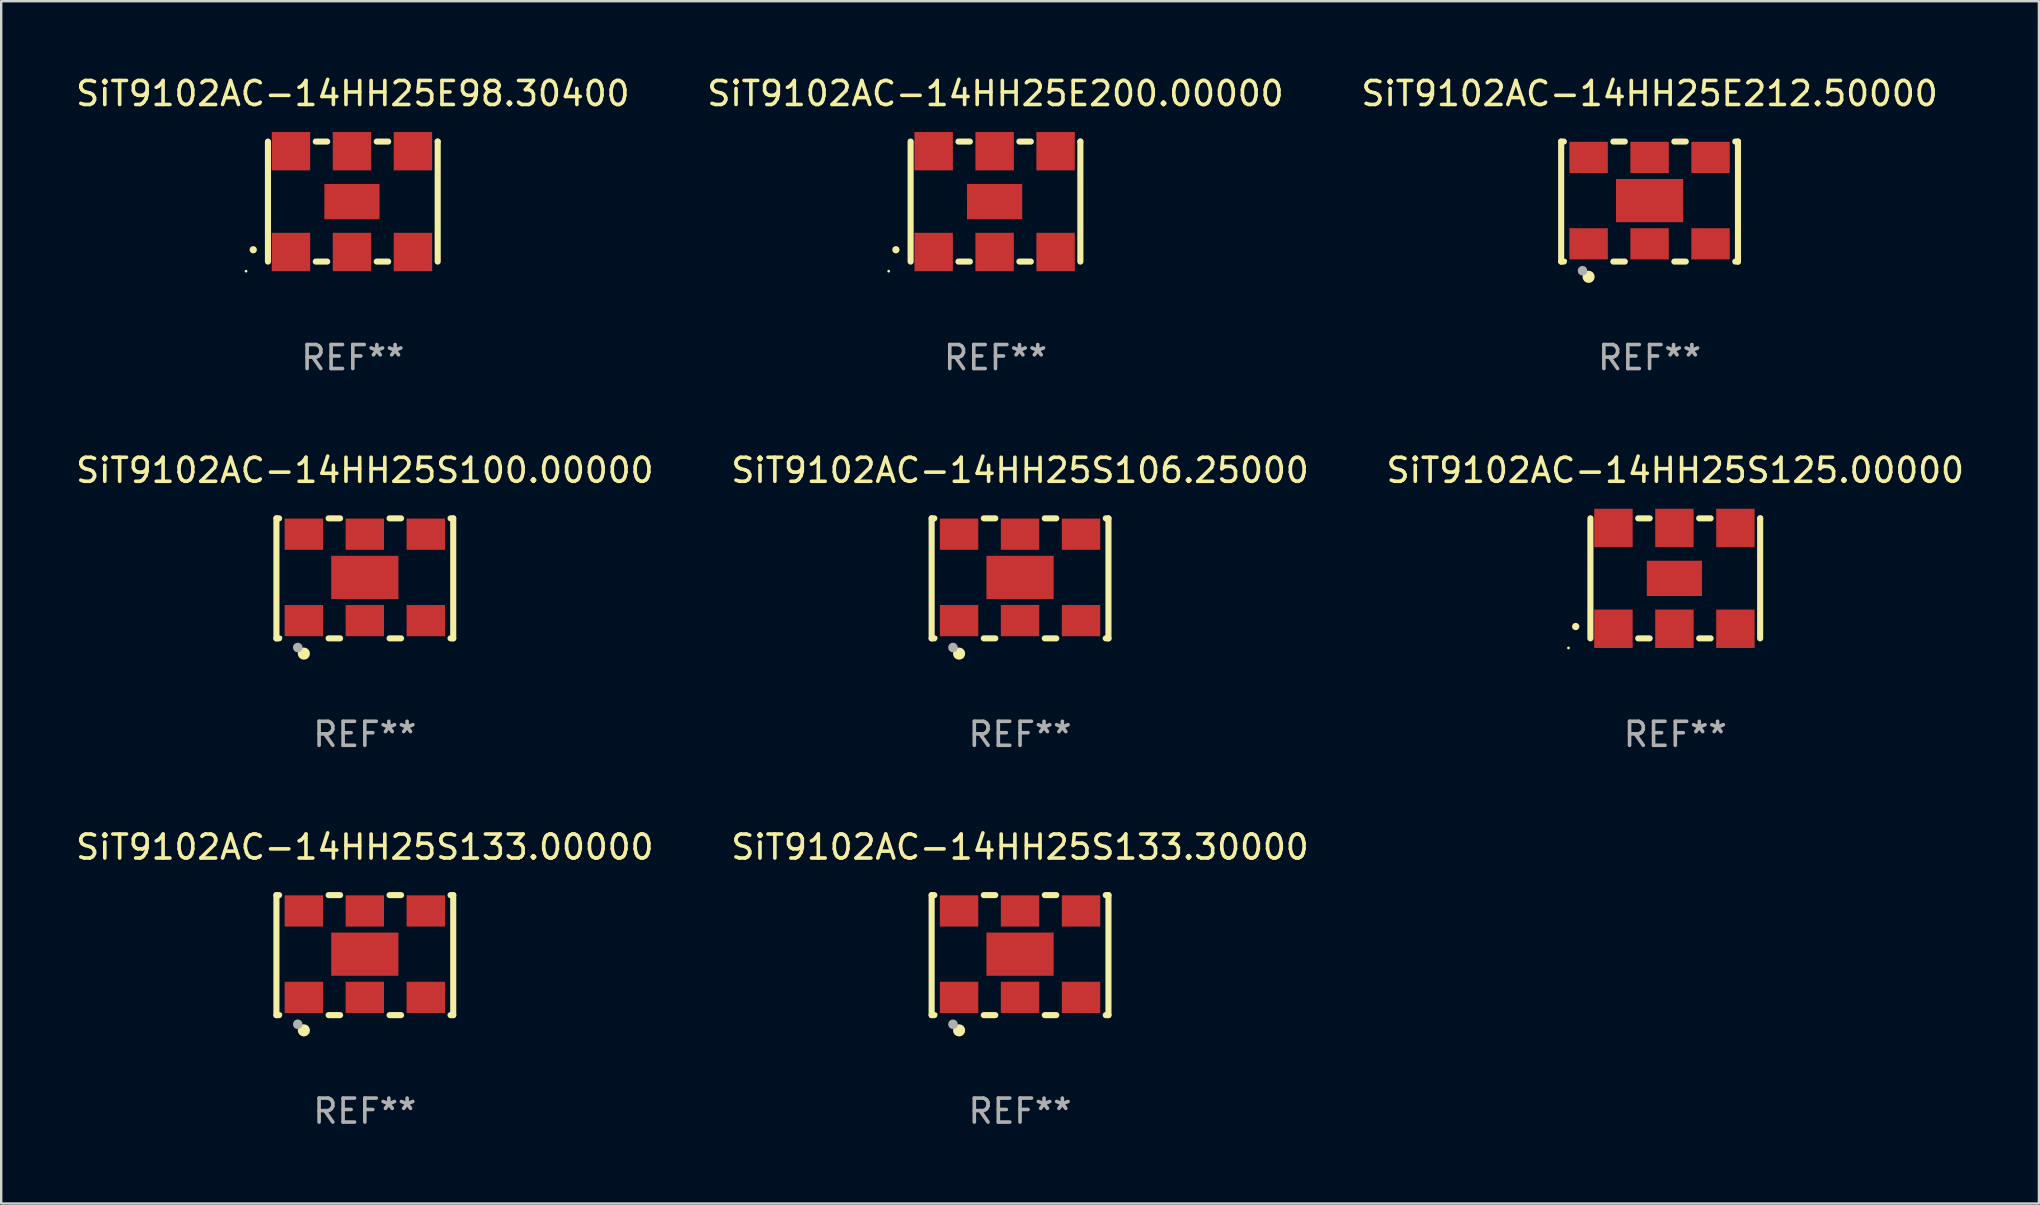
<source format=kicad_pcb>
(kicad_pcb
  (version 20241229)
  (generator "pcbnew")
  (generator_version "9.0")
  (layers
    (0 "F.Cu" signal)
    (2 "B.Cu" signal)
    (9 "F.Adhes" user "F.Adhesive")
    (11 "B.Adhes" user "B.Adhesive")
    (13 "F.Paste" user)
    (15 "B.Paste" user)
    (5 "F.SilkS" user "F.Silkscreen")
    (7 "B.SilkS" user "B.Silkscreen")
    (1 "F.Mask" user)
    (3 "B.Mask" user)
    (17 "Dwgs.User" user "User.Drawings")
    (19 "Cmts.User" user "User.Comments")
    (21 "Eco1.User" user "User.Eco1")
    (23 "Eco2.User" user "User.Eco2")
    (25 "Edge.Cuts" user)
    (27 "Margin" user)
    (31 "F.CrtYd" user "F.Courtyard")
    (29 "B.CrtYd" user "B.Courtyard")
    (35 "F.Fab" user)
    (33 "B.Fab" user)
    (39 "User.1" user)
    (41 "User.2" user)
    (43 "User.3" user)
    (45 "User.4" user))
  (footprint "SiT9102AC-14HH25E200.00000"
    (layer "F.Cu")
    (at 38.423 5.348)
    (property "Reference" "SiT9102AC-14HH25E200.00000" (at 0 -4.5 0) (layer "F.SilkS") (effects (font (size 1 1) (thickness 0.15))))
    (attr through_hole)
    (fp_line (start -3.536 -2.5) (end -3.536 2.5) (stroke (width 0.254) (type solid)) (layer "F.SilkS"))
    (fp_line (start -1.544 2.5) (end -1.067 2.5) (stroke (width 0.254) (type solid)) (layer "F.SilkS"))
    (fp_line (start -1.067 -2.5) (end -1.544 -2.5) (stroke (width 0.254) (type solid)) (layer "F.SilkS"))
    (fp_line (start 0.996 2.5) (end 1.473 2.5) (stroke (width 0.254) (type solid)) (layer "F.SilkS"))
    (fp_line (start 1.473 -2.5) (end 0.996 -2.5) (stroke (width 0.254) (type solid)) (layer "F.SilkS"))
    (fp_line (start 3.536 -2.5) (end 3.536 -2.5) (stroke (width 0.254) (type solid)) (layer "F.SilkS"))
    (fp_line (start 3.536 2.5) (end 3.536 -2.5) (stroke (width 0.254) (type solid)) (layer "F.SilkS"))
    (fp_arc (start -4.150432 2.006604) (mid -4.149162 2.006599) (end -4.147892 2.006604) (stroke (width 0.3) (type solid)) (layer "F.SilkS"))
    (fp_circle (center -4.449 2.9) (end -4.419 2.9) (stroke (width 0.06) (type solid)) (fill no) (layer "F.SilkS"))
    (fp_text user "REF**" (at 0 6.5 0) (layer "F.Fab") (effects (font (size 1 1) (thickness 0.15))))
    (pad "1" smd rect (at -2.576 2.1) (size 1.6 1.6) (layers "F.Cu" "F.Mask" "F.Paste"))
    (pad "2" smd rect (at -0.036 2.1) (size 1.6 1.6) (layers "F.Cu" "F.Mask" "F.Paste"))
    (pad "3" smd rect (at 2.504 2.1) (size 1.6 1.6) (layers "F.Cu" "F.Mask" "F.Paste"))
    (pad "4" smd rect (at 2.504 -2.1) (size 1.6 1.6) (layers "F.Cu" "F.Mask" "F.Paste"))
    (pad "5" smd rect (at -0.036 -2.1) (size 1.6 1.6) (layers "F.Cu" "F.Mask" "F.Paste"))
    (pad "6" smd rect (at -2.576 -2.1) (size 1.6 1.6) (layers "F.Cu" "F.Mask" "F.Paste"))
    (pad "7" smd rect (at -0.036 0) (size 2.3 1.47) (layers "F.Cu" "F.Mask" "F.Paste")))
  (footprint "SiT9102AC-14HH25S106.25000"
    (layer "F.Cu")
    (at 39.446 21.045)
    (property "Reference" "SiT9102AC-14HH25S106.25000" (at 0 -4.5 0) (layer "F.SilkS") (effects (font (size 1 1) (thickness 0.15))))
    (attr through_hole)
    (fp_line (start -3.683 -2.5) (end -3.571 -2.5) (stroke (width 0.254) (type solid)) (layer "F.SilkS"))
    (fp_line (start -3.683 2.5) (end -3.683 -2.5) (stroke (width 0.254) (type solid)) (layer "F.SilkS"))
    (fp_line (start -3.683 2.5) (end -3.571 2.5) (stroke (width 0.254) (type solid)) (layer "F.SilkS"))
    (fp_line (start -1.509 -2.5) (end -1.031 -2.5) (stroke (width 0.254) (type solid)) (layer "F.SilkS"))
    (fp_line (start -1.509 2.5) (end -1.031 2.5) (stroke (width 0.254) (type solid)) (layer "F.SilkS"))
    (fp_line (start 1.031 -2.5) (end 1.509 -2.5) (stroke (width 0.254) (type solid)) (layer "F.SilkS"))
    (fp_line (start 1.031 2.5) (end 1.509 2.5) (stroke (width 0.254) (type solid)) (layer "F.SilkS"))
    (fp_line (start 3.571 -2.5) (end 3.683 -2.5) (stroke (width 0.254) (type solid)) (layer "F.SilkS"))
    (fp_line (start 3.571 2.5) (end 3.683 2.5) (stroke (width 0.254) (type solid)) (layer "F.SilkS"))
    (fp_line (start 3.683 2.5) (end 3.683 -2.5) (stroke (width 0.254) (type solid)) (layer "F.SilkS"))
    (fp_circle (center -3.5 2.46) (end -3.47 2.46) (stroke (width 0.06) (type solid)) (fill no) (layer "F.SilkS"))
    (fp_circle (center -2.54 3.135) (end -2.413 3.135) (stroke (width 0.254) (type solid)) (fill no) (layer "F.SilkS"))
    (fp_circle (center -2.794 2.881) (end -2.694 2.881) (stroke (width 0.2) (type solid)) (fill no) (layer "F.Fab"))
    (fp_text user "REF**" (at 0 6.5 0) (layer "F.Fab") (effects (font (size 1 1) (thickness 0.15))))
    (pad "1" smd rect (at -2.54 1.76) (size 1.6 1.3) (layers "F.Cu" "F.Mask" "F.Paste"))
    (pad "2" smd rect (at 0 1.76) (size 1.6 1.3) (layers "F.Cu" "F.Mask" "F.Paste"))
    (pad "3" smd rect (at 2.54 1.76) (size 1.6 1.3) (layers "F.Cu" "F.Mask" "F.Paste"))
    (pad "4" smd rect (at 2.54 -1.84) (size 1.6 1.3) (layers "F.Cu" "F.Mask" "F.Paste"))
    (pad "5" smd rect (at 0 -1.84) (size 1.6 1.3) (layers "F.Cu" "F.Mask" "F.Paste"))
    (pad "6" smd rect (at -2.54 -1.84) (size 1.6 1.3) (layers "F.Cu" "F.Mask" "F.Paste"))
    (pad "7" smd rect (at 0 -0.04) (size 2.8 1.8) (layers "F.Cu" "F.Mask" "F.Paste")))
  (footprint "SiT9102AC-14HH25E98.30400"
    (layer "F.Cu")
    (at 11.649 5.348)
    (property "Reference" "SiT9102AC-14HH25E98.30400" (at 0 -4.5 0) (layer "F.SilkS") (effects (font (size 1 1) (thickness 0.15))))
    (attr through_hole)
    (fp_line (start -3.536 -2.5) (end -3.536 2.5) (stroke (width 0.254) (type solid)) (layer "F.SilkS"))
    (fp_line (start -1.544 2.5) (end -1.067 2.5) (stroke (width 0.254) (type solid)) (layer "F.SilkS"))
    (fp_line (start -1.067 -2.5) (end -1.544 -2.5) (stroke (width 0.254) (type solid)) (layer "F.SilkS"))
    (fp_line (start 0.996 2.5) (end 1.473 2.5) (stroke (width 0.254) (type solid)) (layer "F.SilkS"))
    (fp_line (start 1.473 -2.5) (end 0.996 -2.5) (stroke (width 0.254) (type solid)) (layer "F.SilkS"))
    (fp_line (start 3.536 -2.5) (end 3.536 -2.5) (stroke (width 0.254) (type solid)) (layer "F.SilkS"))
    (fp_line (start 3.536 2.5) (end 3.536 -2.5) (stroke (width 0.254) (type solid)) (layer "F.SilkS"))
    (fp_arc (start -4.150432 2.006604) (mid -4.149162 2.006599) (end -4.147892 2.006604) (stroke (width 0.3) (type solid)) (layer "F.SilkS"))
    (fp_circle (center -4.449 2.9) (end -4.419 2.9) (stroke (width 0.06) (type solid)) (fill no) (layer "F.SilkS"))
    (fp_text user "REF**" (at 0 6.5 0) (layer "F.Fab") (effects (font (size 1 1) (thickness 0.15))))
    (pad "1" smd rect (at -2.576 2.1) (size 1.6 1.6) (layers "F.Cu" "F.Mask" "F.Paste"))
    (pad "2" smd rect (at -0.036 2.1) (size 1.6 1.6) (layers "F.Cu" "F.Mask" "F.Paste"))
    (pad "3" smd rect (at 2.504 2.1) (size 1.6 1.6) (layers "F.Cu" "F.Mask" "F.Paste"))
    (pad "4" smd rect (at 2.504 -2.1) (size 1.6 1.6) (layers "F.Cu" "F.Mask" "F.Paste"))
    (pad "5" smd rect (at -0.036 -2.1) (size 1.6 1.6) (layers "F.Cu" "F.Mask" "F.Paste"))
    (pad "6" smd rect (at -2.576 -2.1) (size 1.6 1.6) (layers "F.Cu" "F.Mask" "F.Paste"))
    (pad "7" smd rect (at -0.036 0) (size 2.3 1.47) (layers "F.Cu" "F.Mask" "F.Paste")))
  (footprint "SiT9102AC-14HH25E212.50000"
    (layer "F.Cu")
    (at 65.673 5.348)
    (property "Reference" "SiT9102AC-14HH25E212.50000" (at 0 -4.5 0) (layer "F.SilkS") (effects (font (size 1 1) (thickness 0.15))))
    (attr through_hole)
    (fp_line (start -3.683 -2.5) (end -3.571 -2.5) (stroke (width 0.254) (type solid)) (layer "F.SilkS"))
    (fp_line (start -3.683 2.5) (end -3.683 -2.5) (stroke (width 0.254) (type solid)) (layer "F.SilkS"))
    (fp_line (start -3.683 2.5) (end -3.571 2.5) (stroke (width 0.254) (type solid)) (layer "F.SilkS"))
    (fp_line (start -1.509 -2.5) (end -1.031 -2.5) (stroke (width 0.254) (type solid)) (layer "F.SilkS"))
    (fp_line (start -1.509 2.5) (end -1.031 2.5) (stroke (width 0.254) (type solid)) (layer "F.SilkS"))
    (fp_line (start 1.031 -2.5) (end 1.509 -2.5) (stroke (width 0.254) (type solid)) (layer "F.SilkS"))
    (fp_line (start 1.031 2.5) (end 1.509 2.5) (stroke (width 0.254) (type solid)) (layer "F.SilkS"))
    (fp_line (start 3.571 -2.5) (end 3.683 -2.5) (stroke (width 0.254) (type solid)) (layer "F.SilkS"))
    (fp_line (start 3.571 2.5) (end 3.683 2.5) (stroke (width 0.254) (type solid)) (layer "F.SilkS"))
    (fp_line (start 3.683 2.5) (end 3.683 -2.5) (stroke (width 0.254) (type solid)) (layer "F.SilkS"))
    (fp_circle (center -3.5 2.46) (end -3.47 2.46) (stroke (width 0.06) (type solid)) (fill no) (layer "F.SilkS"))
    (fp_circle (center -2.54 3.135) (end -2.413 3.135) (stroke (width 0.254) (type solid)) (fill no) (layer "F.SilkS"))
    (fp_circle (center -2.794 2.881) (end -2.694 2.881) (stroke (width 0.2) (type solid)) (fill no) (layer "F.Fab"))
    (fp_text user "REF**" (at 0 6.5 0) (layer "F.Fab") (effects (font (size 1 1) (thickness 0.15))))
    (pad "1" smd rect (at -2.54 1.76) (size 1.6 1.3) (layers "F.Cu" "F.Mask" "F.Paste"))
    (pad "2" smd rect (at 0 1.76) (size 1.6 1.3) (layers "F.Cu" "F.Mask" "F.Paste"))
    (pad "3" smd rect (at 2.54 1.76) (size 1.6 1.3) (layers "F.Cu" "F.Mask" "F.Paste"))
    (pad "4" smd rect (at 2.54 -1.84) (size 1.6 1.3) (layers "F.Cu" "F.Mask" "F.Paste"))
    (pad "5" smd rect (at 0 -1.84) (size 1.6 1.3) (layers "F.Cu" "F.Mask" "F.Paste"))
    (pad "6" smd rect (at -2.54 -1.84) (size 1.6 1.3) (layers "F.Cu" "F.Mask" "F.Paste"))
    (pad "7" smd rect (at 0 -0.04) (size 2.8 1.8) (layers "F.Cu" "F.Mask" "F.Paste")))
  (footprint "SiT9102AC-14HH25S133.00000"
    (layer "F.Cu")
    (at 12.149 36.741)
    (property "Reference" "SiT9102AC-14HH25S133.00000" (at 0 -4.5 0) (layer "F.SilkS") (effects (font (size 1 1) (thickness 0.15))))
    (attr through_hole)
    (fp_line (start -3.683 -2.5) (end -3.571 -2.5) (stroke (width 0.254) (type solid)) (layer "F.SilkS"))
    (fp_line (start -3.683 2.5) (end -3.683 -2.5) (stroke (width 0.254) (type solid)) (layer "F.SilkS"))
    (fp_line (start -3.683 2.5) (end -3.571 2.5) (stroke (width 0.254) (type solid)) (layer "F.SilkS"))
    (fp_line (start -1.509 -2.5) (end -1.031 -2.5) (stroke (width 0.254) (type solid)) (layer "F.SilkS"))
    (fp_line (start -1.509 2.5) (end -1.031 2.5) (stroke (width 0.254) (type solid)) (layer "F.SilkS"))
    (fp_line (start 1.031 -2.5) (end 1.509 -2.5) (stroke (width 0.254) (type solid)) (layer "F.SilkS"))
    (fp_line (start 1.031 2.5) (end 1.509 2.5) (stroke (width 0.254) (type solid)) (layer "F.SilkS"))
    (fp_line (start 3.571 -2.5) (end 3.683 -2.5) (stroke (width 0.254) (type solid)) (layer "F.SilkS"))
    (fp_line (start 3.571 2.5) (end 3.683 2.5) (stroke (width 0.254) (type solid)) (layer "F.SilkS"))
    (fp_line (start 3.683 2.5) (end 3.683 -2.5) (stroke (width 0.254) (type solid)) (layer "F.SilkS"))
    (fp_circle (center -3.5 2.46) (end -3.47 2.46) (stroke (width 0.06) (type solid)) (fill no) (layer "F.SilkS"))
    (fp_circle (center -2.54 3.135) (end -2.413 3.135) (stroke (width 0.254) (type solid)) (fill no) (layer "F.SilkS"))
    (fp_circle (center -2.794 2.881) (end -2.694 2.881) (stroke (width 0.2) (type solid)) (fill no) (layer "F.Fab"))
    (fp_text user "REF**" (at 0 6.5 0) (layer "F.Fab") (effects (font (size 1 1) (thickness 0.15))))
    (pad "1" smd rect (at -2.54 1.76) (size 1.6 1.3) (layers "F.Cu" "F.Mask" "F.Paste"))
    (pad "2" smd rect (at 0 1.76) (size 1.6 1.3) (layers "F.Cu" "F.Mask" "F.Paste"))
    (pad "3" smd rect (at 2.54 1.76) (size 1.6 1.3) (layers "F.Cu" "F.Mask" "F.Paste"))
    (pad "4" smd rect (at 2.54 -1.84) (size 1.6 1.3) (layers "F.Cu" "F.Mask" "F.Paste"))
    (pad "5" smd rect (at 0 -1.84) (size 1.6 1.3) (layers "F.Cu" "F.Mask" "F.Paste"))
    (pad "6" smd rect (at -2.54 -1.84) (size 1.6 1.3) (layers "F.Cu" "F.Mask" "F.Paste"))
    (pad "7" smd rect (at 0 -0.04) (size 2.8 1.8) (layers "F.Cu" "F.Mask" "F.Paste")))
  (footprint "SiT9102AC-14HH25S133.30000"
    (layer "F.Cu")
    (at 39.446 36.741)
    (property "Reference" "SiT9102AC-14HH25S133.30000" (at 0 -4.5 0) (layer "F.SilkS") (effects (font (size 1 1) (thickness 0.15))))
    (attr through_hole)
    (fp_line (start -3.683 -2.5) (end -3.571 -2.5) (stroke (width 0.254) (type solid)) (layer "F.SilkS"))
    (fp_line (start -3.683 2.5) (end -3.683 -2.5) (stroke (width 0.254) (type solid)) (layer "F.SilkS"))
    (fp_line (start -3.683 2.5) (end -3.571 2.5) (stroke (width 0.254) (type solid)) (layer "F.SilkS"))
    (fp_line (start -1.509 -2.5) (end -1.031 -2.5) (stroke (width 0.254) (type solid)) (layer "F.SilkS"))
    (fp_line (start -1.509 2.5) (end -1.031 2.5) (stroke (width 0.254) (type solid)) (layer "F.SilkS"))
    (fp_line (start 1.031 -2.5) (end 1.509 -2.5) (stroke (width 0.254) (type solid)) (layer "F.SilkS"))
    (fp_line (start 1.031 2.5) (end 1.509 2.5) (stroke (width 0.254) (type solid)) (layer "F.SilkS"))
    (fp_line (start 3.571 -2.5) (end 3.683 -2.5) (stroke (width 0.254) (type solid)) (layer "F.SilkS"))
    (fp_line (start 3.571 2.5) (end 3.683 2.5) (stroke (width 0.254) (type solid)) (layer "F.SilkS"))
    (fp_line (start 3.683 2.5) (end 3.683 -2.5) (stroke (width 0.254) (type solid)) (layer "F.SilkS"))
    (fp_circle (center -3.5 2.46) (end -3.47 2.46) (stroke (width 0.06) (type solid)) (fill no) (layer "F.SilkS"))
    (fp_circle (center -2.54 3.135) (end -2.413 3.135) (stroke (width 0.254) (type solid)) (fill no) (layer "F.SilkS"))
    (fp_circle (center -2.794 2.881) (end -2.694 2.881) (stroke (width 0.2) (type solid)) (fill no) (layer "F.Fab"))
    (fp_text user "REF**" (at 0 6.5 0) (layer "F.Fab") (effects (font (size 1 1) (thickness 0.15))))
    (pad "1" smd rect (at -2.54 1.76) (size 1.6 1.3) (layers "F.Cu" "F.Mask" "F.Paste"))
    (pad "2" smd rect (at 0 1.76) (size 1.6 1.3) (layers "F.Cu" "F.Mask" "F.Paste"))
    (pad "3" smd rect (at 2.54 1.76) (size 1.6 1.3) (layers "F.Cu" "F.Mask" "F.Paste"))
    (pad "4" smd rect (at 2.54 -1.84) (size 1.6 1.3) (layers "F.Cu" "F.Mask" "F.Paste"))
    (pad "5" smd rect (at 0 -1.84) (size 1.6 1.3) (layers "F.Cu" "F.Mask" "F.Paste"))
    (pad "6" smd rect (at -2.54 -1.84) (size 1.6 1.3) (layers "F.Cu" "F.Mask" "F.Paste"))
    (pad "7" smd rect (at 0 -0.04) (size 2.8 1.8) (layers "F.Cu" "F.Mask" "F.Paste")))
  (footprint "SiT9102AC-14HH25S125.00000"
    (layer "F.Cu")
    (at 66.744 21.045)
    (property "Reference" "SiT9102AC-14HH25S125.00000" (at 0 -4.5 0) (layer "F.SilkS") (effects (font (size 1 1) (thickness 0.15))))
    (attr through_hole)
    (fp_line (start -3.536 -2.5) (end -3.536 2.5) (stroke (width 0.254) (type solid)) (layer "F.SilkS"))
    (fp_line (start -1.544 2.5) (end -1.067 2.5) (stroke (width 0.254) (type solid)) (layer "F.SilkS"))
    (fp_line (start -1.067 -2.5) (end -1.544 -2.5) (stroke (width 0.254) (type solid)) (layer "F.SilkS"))
    (fp_line (start 0.996 2.5) (end 1.473 2.5) (stroke (width 0.254) (type solid)) (layer "F.SilkS"))
    (fp_line (start 1.473 -2.5) (end 0.996 -2.5) (stroke (width 0.254) (type solid)) (layer "F.SilkS"))
    (fp_line (start 3.536 -2.5) (end 3.536 -2.5) (stroke (width 0.254) (type solid)) (layer "F.SilkS"))
    (fp_line (start 3.536 2.5) (end 3.536 -2.5) (stroke (width 0.254) (type solid)) (layer "F.SilkS"))
    (fp_arc (start -4.150432 2.006604) (mid -4.149162 2.006599) (end -4.147892 2.006604) (stroke (width 0.3) (type solid)) (layer "F.SilkS"))
    (fp_circle (center -4.449 2.9) (end -4.419 2.9) (stroke (width 0.06) (type solid)) (fill no) (layer "F.SilkS"))
    (fp_text user "REF**" (at 0 6.5 0) (layer "F.Fab") (effects (font (size 1 1) (thickness 0.15))))
    (pad "1" smd rect (at -2.576 2.1) (size 1.6 1.6) (layers "F.Cu" "F.Mask" "F.Paste"))
    (pad "2" smd rect (at -0.036 2.1) (size 1.6 1.6) (layers "F.Cu" "F.Mask" "F.Paste"))
    (pad "3" smd rect (at 2.504 2.1) (size 1.6 1.6) (layers "F.Cu" "F.Mask" "F.Paste"))
    (pad "4" smd rect (at 2.504 -2.1) (size 1.6 1.6) (layers "F.Cu" "F.Mask" "F.Paste"))
    (pad "5" smd rect (at -0.036 -2.1) (size 1.6 1.6) (layers "F.Cu" "F.Mask" "F.Paste"))
    (pad "6" smd rect (at -2.576 -2.1) (size 1.6 1.6) (layers "F.Cu" "F.Mask" "F.Paste"))
    (pad "7" smd rect (at -0.036 0) (size 2.3 1.47) (layers "F.Cu" "F.Mask" "F.Paste")))
  (footprint "SiT9102AC-14HH25S100.00000"
    (layer "F.Cu")
    (at 12.149 21.045)
    (property "Reference" "SiT9102AC-14HH25S100.00000" (at 0 -4.5 0) (layer "F.SilkS") (effects (font (size 1 1) (thickness 0.15))))
    (attr through_hole)
    (fp_line (start -3.683 -2.5) (end -3.571 -2.5) (stroke (width 0.254) (type solid)) (layer "F.SilkS"))
    (fp_line (start -3.683 2.5) (end -3.683 -2.5) (stroke (width 0.254) (type solid)) (layer "F.SilkS"))
    (fp_line (start -3.683 2.5) (end -3.571 2.5) (stroke (width 0.254) (type solid)) (layer "F.SilkS"))
    (fp_line (start -1.509 -2.5) (end -1.031 -2.5) (stroke (width 0.254) (type solid)) (layer "F.SilkS"))
    (fp_line (start -1.509 2.5) (end -1.031 2.5) (stroke (width 0.254) (type solid)) (layer "F.SilkS"))
    (fp_line (start 1.031 -2.5) (end 1.509 -2.5) (stroke (width 0.254) (type solid)) (layer "F.SilkS"))
    (fp_line (start 1.031 2.5) (end 1.509 2.5) (stroke (width 0.254) (type solid)) (layer "F.SilkS"))
    (fp_line (start 3.571 -2.5) (end 3.683 -2.5) (stroke (width 0.254) (type solid)) (layer "F.SilkS"))
    (fp_line (start 3.571 2.5) (end 3.683 2.5) (stroke (width 0.254) (type solid)) (layer "F.SilkS"))
    (fp_line (start 3.683 2.5) (end 3.683 -2.5) (stroke (width 0.254) (type solid)) (layer "F.SilkS"))
    (fp_circle (center -3.5 2.46) (end -3.47 2.46) (stroke (width 0.06) (type solid)) (fill no) (layer "F.SilkS"))
    (fp_circle (center -2.54 3.135) (end -2.413 3.135) (stroke (width 0.254) (type solid)) (fill no) (layer "F.SilkS"))
    (fp_circle (center -2.794 2.881) (end -2.694 2.881) (stroke (width 0.2) (type solid)) (fill no) (layer "F.Fab"))
    (fp_text user "REF**" (at 0 6.5 0) (layer "F.Fab") (effects (font (size 1 1) (thickness 0.15))))
    (pad "1" smd rect (at -2.54 1.76) (size 1.6 1.3) (layers "F.Cu" "F.Mask" "F.Paste"))
    (pad "2" smd rect (at 0 1.76) (size 1.6 1.3) (layers "F.Cu" "F.Mask" "F.Paste"))
    (pad "3" smd rect (at 2.54 1.76) (size 1.6 1.3) (layers "F.Cu" "F.Mask" "F.Paste"))
    (pad "4" smd rect (at 2.54 -1.84) (size 1.6 1.3) (layers "F.Cu" "F.Mask" "F.Paste"))
    (pad "5" smd rect (at 0 -1.84) (size 1.6 1.3) (layers "F.Cu" "F.Mask" "F.Paste"))
    (pad "6" smd rect (at -2.54 -1.84) (size 1.6 1.3) (layers "F.Cu" "F.Mask" "F.Paste"))
    (pad "7" smd rect (at 0 -0.04) (size 2.8 1.8) (layers "F.Cu" "F.Mask" "F.Paste")))
  (gr_rect
    (start -3 -3)
    (end 81.893 47.09)
    (stroke (width 0.1) (type default))
    (fill no)
    (layer "Edge.Cuts")))
</source>
